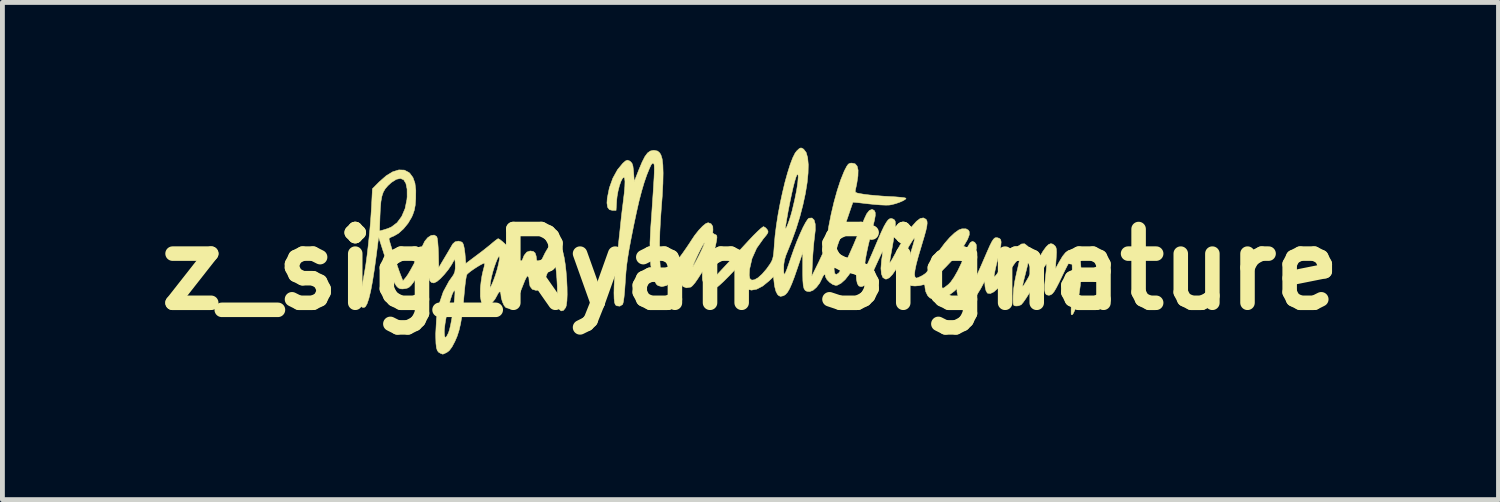
<source format=kicad_pcb>
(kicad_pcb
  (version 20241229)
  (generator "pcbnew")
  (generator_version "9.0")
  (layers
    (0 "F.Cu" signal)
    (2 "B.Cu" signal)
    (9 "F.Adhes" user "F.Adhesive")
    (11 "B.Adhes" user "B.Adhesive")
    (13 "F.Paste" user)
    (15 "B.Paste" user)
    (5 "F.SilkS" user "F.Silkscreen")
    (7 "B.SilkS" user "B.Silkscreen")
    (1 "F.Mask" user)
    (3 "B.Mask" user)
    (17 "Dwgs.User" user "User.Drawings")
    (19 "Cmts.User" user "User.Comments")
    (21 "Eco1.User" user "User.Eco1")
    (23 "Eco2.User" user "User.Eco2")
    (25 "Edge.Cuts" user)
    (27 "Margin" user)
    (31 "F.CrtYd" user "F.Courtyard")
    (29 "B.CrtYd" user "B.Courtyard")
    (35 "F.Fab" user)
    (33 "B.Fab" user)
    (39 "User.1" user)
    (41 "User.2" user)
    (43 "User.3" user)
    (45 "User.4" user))
  (footprint "z_sig_Ryan Signature"
    (layer "F.Cu")
    (at 12.453 2.516)
    (property "Reference" "z_sig_Ryan Signature" (at 0 0 0) (layer "F.SilkS") (effects (font (size 1.524 1.524) (thickness 0.3))))
    (attr through_hole)
    (fp_poly (pts (xy -7.15 -2.052) (xy -7.054 -2.002) (xy -7.036 -1.985) (xy -6.972 -1.898) (xy -6.931 -1.783) (xy -6.913 -1.635) (xy -6.915 -1.46) (xy -6.925 -1.327) (xy -6.944 -1.224) (xy -6.976 -1.131) (xy -6.998 -1.081) (xy -7.073 -0.954) (xy -7.167 -0.839) (xy -7.269 -0.747) (xy -7.369 -0.689) (xy -7.379 -0.686) (xy -7.437 -0.661) (xy -7.467 -0.638) (xy -7.468 -0.635) (xy -7.46 -0.6) (xy -7.439 -0.527) (xy -7.409 -0.428) (xy -7.373 -0.312) (xy -7.333 -0.191) (xy -7.295 -0.075) (xy -7.26 0.026) (xy -7.233 0.099) (xy -7.179 0.237) (xy -7.114 0.159) (xy -7.073 0.1) (xy -7.019 0.008) (xy -6.957 -0.105) (xy -6.894 -0.226) (xy -6.837 -0.342) (xy -6.793 -0.441) (xy -6.778 -0.48) (xy -6.729 -0.581) (xy -6.666 -0.657) (xy -6.598 -0.701) (xy -6.533 -0.71) (xy -6.481 -0.678) (xy -6.469 -0.64) (xy -6.459 -0.562) (xy -6.451 -0.454) (xy -6.446 -0.341) (xy -6.439 -0.038) (xy -6.312 -0.251) (xy -6.253 -0.35) (xy -6.201 -0.439) (xy -6.163 -0.504) (xy -6.152 -0.524) (xy -6.102 -0.57) (xy -6.032 -0.585) (xy -5.966 -0.566) (xy -5.944 -0.546) (xy -5.926 -0.503) (xy -5.91 -0.426) (xy -5.897 -0.329) (xy -5.896 -0.315) (xy -5.88 -0.122) (xy -5.652 -0.293) (xy -5.547 -0.372) (xy -5.448 -0.45) (xy -5.366 -0.516) (xy -5.328 -0.549) (xy -5.268 -0.598) (xy -5.223 -0.63) (xy -5.209 -0.635) (xy -5.179 -0.619) (xy -5.126 -0.577) (xy -5.082 -0.538) (xy -4.978 -0.442) (xy -4.977 0.014) (xy -4.975 0.178) (xy -4.971 0.302) (xy -4.966 0.385) (xy -4.958 0.421) (xy -4.953 0.419) (xy -4.913 0.326) (xy -4.867 0.213) (xy -4.82 0.094) (xy -4.776 -0.019) (xy -4.741 -0.113) (xy -4.72 -0.174) (xy -4.72 -0.176) (xy -4.675 -0.29) (xy -4.62 -0.358) (xy -4.552 -0.381) (xy -4.547 -0.381) (xy -4.487 -0.372) (xy -4.449 -0.34) (xy -4.427 -0.276) (xy -4.415 -0.171) (xy -4.414 -0.151) (xy -4.408 -0.066) (xy -4.4 -0.026) (xy -4.388 -0.03) (xy -4.384 -0.038) (xy -4.306 -0.21) (xy -4.243 -0.339) (xy -4.19 -0.43) (xy -4.143 -0.487) (xy -4.099 -0.517) (xy -4.054 -0.522) (xy -4.005 -0.51) (xy -3.94 -0.469) (xy -3.902 -0.427) (xy -3.874 -0.359) (xy -3.849 -0.251) (xy -3.827 -0.114) (xy -3.809 0.042) (xy -3.796 0.206) (xy -3.788 0.369) (xy -3.786 0.521) (xy -3.791 0.649) (xy -3.804 0.746) (xy -3.817 0.787) (xy -3.862 0.845) (xy -3.91 0.857) (xy -3.951 0.824) (xy -3.962 0.8) (xy -3.973 0.747) (xy -3.982 0.657) (xy -3.987 0.546) (xy -3.988 0.47) (xy -3.991 0.333) (xy -3.999 0.186) (xy -4.011 0.043) (xy -4.026 -0.084) (xy -4.042 -0.182) (xy -4.054 -0.229) (xy -4.068 -0.222) (xy -4.095 -0.175) (xy -4.13 -0.095) (xy -4.168 0) (xy -4.226 0.154) (xy -4.271 0.266) (xy -4.307 0.343) (xy -4.338 0.392) (xy -4.368 0.419) (xy -4.401 0.43) (xy -4.432 0.432) (xy -4.506 0.41) (xy -4.554 0.347) (xy -4.572 0.245) (xy -4.572 0.234) (xy -4.579 0.158) (xy -4.596 0.132) (xy -4.623 0.154) (xy -4.659 0.225) (xy -4.683 0.285) (xy -4.759 0.476) (xy -4.825 0.62) (xy -4.886 0.721) (xy -4.941 0.781) (xy -4.994 0.803) (xy -5.048 0.791) (xy -5.048 0.791) (xy -5.087 0.748) (xy -5.122 0.674) (xy -5.148 0.586) (xy -5.156 0.511) (xy -5.165 0.465) (xy -5.188 0.464) (xy -5.219 0.505) (xy -5.233 0.534) (xy -5.279 0.617) (xy -5.341 0.691) (xy -5.406 0.744) (xy -5.458 0.762) (xy -5.519 0.739) (xy -5.56 0.67) (xy -5.58 0.557) (xy -5.579 0.4) (xy -5.578 0.378) (xy -5.574 0.342) (xy -5.38 0.342) (xy -5.379 0.374) (xy -5.365 0.359) (xy -5.337 0.299) (xy -5.308 0.229) (xy -5.267 0.116) (xy -5.23 -0.006) (xy -5.202 -0.12) (xy -5.185 -0.211) (xy -5.183 -0.241) (xy -5.19 -0.27) (xy -5.207 -0.257) (xy -5.231 -0.211) (xy -5.26 -0.139) (xy -5.292 -0.05) (xy -5.322 0.048) (xy -5.348 0.149) (xy -5.367 0.243) (xy -5.371 0.267) (xy -5.38 0.342) (xy -5.574 0.342) (xy -5.565 0.257) (xy -5.547 0.137) (xy -5.526 0.04) (xy -5.522 0.026) (xy -5.502 -0.052) (xy -5.491 -0.11) (xy -5.491 -0.129) (xy -5.514 -0.126) (xy -5.565 -0.101) (xy -5.635 -0.06) (xy -5.711 -0.011) (xy -5.782 0.039) (xy -5.836 0.083) (xy -5.857 0.104) (xy -5.869 0.141) (xy -5.882 0.219) (xy -5.896 0.327) (xy -5.909 0.457) (xy -5.915 0.521) (xy -5.937 0.761) (xy -5.96 0.958) (xy -5.988 1.121) (xy -6.02 1.259) (xy -6.059 1.38) (xy -6.105 1.487) (xy -6.165 1.6) (xy -6.219 1.673) (xy -6.27 1.713) (xy -6.324 1.739) (xy -6.354 1.751) (xy -6.355 1.751) (xy -6.382 1.741) (xy -6.401 1.734) (xy -6.441 1.711) (xy -6.469 1.675) (xy -6.487 1.616) (xy -6.497 1.527) (xy -6.501 1.399) (xy -6.502 1.328) (xy -6.5 1.295) (xy -6.325 1.295) (xy -6.319 1.376) (xy -6.304 1.407) (xy -6.278 1.388) (xy -6.242 1.319) (xy -6.235 1.301) (xy -6.215 1.24) (xy -6.194 1.147) (xy -6.172 1.033) (xy -6.152 0.907) (xy -6.133 0.778) (xy -6.118 0.658) (xy -6.108 0.554) (xy -6.104 0.477) (xy -6.108 0.436) (xy -6.112 0.432) (xy -6.135 0.455) (xy -6.164 0.52) (xy -6.196 0.615) (xy -6.228 0.733) (xy -6.26 0.863) (xy -6.287 0.995) (xy -6.309 1.122) (xy -6.322 1.232) (xy -6.325 1.295) (xy -6.5 1.295) (xy -6.485 1.008) (xy -6.433 0.719) (xy -6.346 0.463) (xy -6.226 0.242) (xy -6.187 0.188) (xy -6.135 0.114) (xy -6.108 0.053) (xy -6.098 -0.02) (xy -6.098 -0.086) (xy -6.101 -0.16) (xy -6.108 -0.202) (xy -6.117 -0.203) (xy -6.172 -0.102) (xy -6.243 0.004) (xy -6.324 0.103) (xy -6.405 0.189) (xy -6.478 0.25) (xy -6.536 0.278) (xy -6.545 0.279) (xy -6.592 0.268) (xy -6.625 0.229) (xy -6.645 0.157) (xy -6.654 0.044) (xy -6.655 -0.043) (xy -6.656 -0.267) (xy -6.702 -0.164) (xy -6.737 -0.098) (xy -6.79 -0.005) (xy -6.854 0.101) (xy -6.891 0.158) (xy -6.958 0.26) (xy -7.008 0.326) (xy -7.048 0.365) (xy -7.088 0.386) (xy -7.125 0.395) (xy -7.183 0.403) (xy -7.231 0.4) (xy -7.274 0.381) (xy -7.314 0.341) (xy -7.354 0.276) (xy -7.397 0.181) (xy -7.446 0.052) (xy -7.504 -0.117) (xy -7.572 -0.328) (xy -7.681 -0.669) (xy -7.726 -0.315) (xy -7.767 -0.012) (xy -7.807 0.242) (xy -7.845 0.446) (xy -7.883 0.602) (xy -7.92 0.71) (xy -7.956 0.772) (xy -7.986 0.787) (xy -8.021 0.781) (xy -8.045 0.759) (xy -8.059 0.717) (xy -8.062 0.649) (xy -8.054 0.55) (xy -8.035 0.415) (xy -8.005 0.24) (xy -7.973 0.064) (xy -7.946 -0.096) (xy -7.919 -0.294) (xy -7.893 -0.517) (xy -7.869 -0.752) (xy -7.865 -0.794) (xy -7.663 -0.794) (xy -7.572 -0.819) (xy -7.491 -0.845) (xy -7.42 -0.875) (xy -7.417 -0.877) (xy -7.299 -0.966) (xy -7.204 -1.095) (xy -7.135 -1.256) (xy -7.097 -1.442) (xy -7.092 -1.499) (xy -7.093 -1.66) (xy -7.118 -1.778) (xy -7.164 -1.852) (xy -7.23 -1.88) (xy -7.315 -1.862) (xy -7.417 -1.797) (xy -7.487 -1.733) (xy -7.543 -1.669) (xy -7.585 -1.598) (xy -7.614 -1.511) (xy -7.634 -1.399) (xy -7.646 -1.254) (xy -7.653 -1.102) (xy -7.663 -0.794) (xy -7.865 -0.794) (xy -7.848 -0.987) (xy -7.833 -1.209) (xy -7.827 -1.31) (xy -7.809 -1.667) (xy -7.669 -1.808) (xy -7.526 -1.934) (xy -7.39 -2.017) (xy -7.263 -2.056) (xy -7.15 -2.052)) (stroke (width 0.01) (type solid)) (fill yes) (layer "F.SilkS"))
    (fp_poly (pts (xy 1.08 -2.497) (xy 1.101 -2.482) (xy 1.151 -2.416) (xy 1.182 -2.308) (xy 1.195 -2.165) (xy 1.191 -1.99) (xy 1.171 -1.789) (xy 1.135 -1.568) (xy 1.084 -1.332) (xy 1.02 -1.086) (xy 0.942 -0.835) (xy 0.852 -0.586) (xy 0.779 -0.405) (xy 0.73 -0.284) (xy 0.702 -0.189) (xy 0.689 -0.101) (xy 0.687 -0.024) (xy 0.688 0.049) (xy 0.693 0.091) (xy 0.704 0.1) (xy 0.722 0.072) (xy 0.75 0.005) (xy 0.789 -0.105) (xy 0.841 -0.257) (xy 0.901 -0.427) (xy 0.964 -0.591) (xy 1.028 -0.741) (xy 1.087 -0.87) (xy 1.141 -0.971) (xy 1.184 -1.036) (xy 1.208 -1.058) (xy 1.271 -1.063) (xy 1.315 -1.022) (xy 1.338 -0.939) (xy 1.34 -0.813) (xy 1.323 -0.665) (xy 1.312 -0.57) (xy 1.3 -0.442) (xy 1.289 -0.299) (xy 1.282 -0.178) (xy 1.267 0.14) (xy 1.411 -0.152) (xy 1.481 -0.303) (xy 1.53 -0.424) (xy 1.56 -0.528) (xy 1.577 -0.622) (xy 1.615 -0.875) (xy 1.666 -1.135) (xy 1.726 -1.39) (xy 1.793 -1.631) (xy 1.863 -1.845) (xy 1.934 -2.021) (xy 1.948 -2.051) (xy 1.99 -2.131) (xy 2.023 -2.176) (xy 2.059 -2.194) (xy 2.095 -2.197) (xy 2.162 -2.182) (xy 2.204 -2.134) (xy 2.224 -2.051) (xy 2.221 -1.93) (xy 2.196 -1.768) (xy 2.17 -1.648) (xy 2.164 -1.615) (xy 2.173 -1.593) (xy 2.205 -1.578) (xy 2.27 -1.565) (xy 2.354 -1.551) (xy 2.461 -1.538) (xy 2.6 -1.525) (xy 2.751 -1.513) (xy 2.877 -1.506) (xy 3.001 -1.499) (xy 3.104 -1.49) (xy 3.179 -1.481) (xy 3.213 -1.472) (xy 3.215 -1.471) (xy 3.202 -1.449) (xy 3.153 -1.419) (xy 3.08 -1.387) (xy 2.995 -1.358) (xy 2.912 -1.337) (xy 2.87 -1.33) (xy 2.8 -1.328) (xy 2.694 -1.332) (xy 2.567 -1.342) (xy 2.438 -1.355) (xy 2.318 -1.369) (xy 2.218 -1.38) (xy 2.148 -1.387) (xy 2.118 -1.389) (xy 2.118 -1.389) (xy 2.109 -1.364) (xy 2.087 -1.301) (xy 2.055 -1.208) (xy 2.016 -1.093) (xy 2.007 -1.067) (xy 1.959 -0.928) (xy 1.908 -0.789) (xy 1.862 -0.665) (xy 1.827 -0.577) (xy 1.791 -0.472) (xy 1.762 -0.348) (xy 1.741 -0.218) (xy 1.729 -0.095) (xy 1.729 0.009) (xy 1.741 0.079) (xy 1.745 0.088) (xy 1.776 0.105) (xy 1.821 0.076) (xy 1.878 0.001) (xy 1.948 -0.119) (xy 2.029 -0.282) (xy 2.12 -0.486) (xy 2.126 -0.499) (xy 2.187 -0.645) (xy 2.245 -0.783) (xy 2.295 -0.902) (xy 2.333 -0.994) (xy 2.351 -1.041) (xy 2.402 -1.149) (xy 2.456 -1.217) (xy 2.508 -1.239) (xy 2.526 -1.236) (xy 2.561 -1.214) (xy 2.578 -1.175) (xy 2.579 -1.112) (xy 2.562 -1.016) (xy 2.532 -0.895) (xy 2.476 -0.675) (xy 2.43 -0.481) (xy 2.395 -0.318) (xy 2.373 -0.192) (xy 2.363 -0.108) (xy 2.363 -0.097) (xy 2.364 -0.013) (xy 2.404 -0.085) (xy 2.429 -0.138) (xy 2.468 -0.225) (xy 2.515 -0.332) (xy 2.556 -0.428) (xy 2.639 -0.624) (xy 2.706 -0.777) (xy 2.761 -0.892) (xy 2.807 -0.972) (xy 2.845 -1.023) (xy 2.88 -1.048) (xy 2.914 -1.052) (xy 2.949 -1.04) (xy 2.953 -1.038) (xy 2.979 -1.019) (xy 2.992 -0.988) (xy 2.994 -0.934) (xy 2.987 -0.844) (xy 2.986 -0.834) (xy 2.973 -0.728) (xy 2.953 -0.595) (xy 2.929 -0.457) (xy 2.919 -0.401) (xy 2.899 -0.294) (xy 2.884 -0.207) (xy 2.877 -0.151) (xy 2.877 -0.137) (xy 2.892 -0.153) (xy 2.925 -0.205) (xy 2.968 -0.282) (xy 2.984 -0.312) (xy 3.118 -0.552) (xy 3.237 -0.746) (xy 3.341 -0.893) (xy 3.43 -0.994) (xy 3.507 -1.052) (xy 3.572 -1.065) (xy 3.625 -1.037) (xy 3.632 -1.029) (xy 3.647 -1) (xy 3.651 -0.956) (xy 3.644 -0.892) (xy 3.624 -0.8) (xy 3.589 -0.674) (xy 3.539 -0.507) (xy 3.532 -0.483) (xy 3.47 -0.275) (xy 3.426 -0.112) (xy 3.4 0.012) (xy 3.39 0.098) (xy 3.398 0.152) (xy 3.421 0.176) (xy 3.435 0.178) (xy 3.471 0.166) (xy 3.532 0.137) (xy 3.561 0.121) (xy 3.62 0.08) (xy 3.669 0.025) (xy 3.717 -0.058) (xy 3.746 -0.118) (xy 3.822 -0.263) (xy 3.913 -0.406) (xy 4.014 -0.541) (xy 4.117 -0.659) (xy 4.217 -0.753) (xy 4.305 -0.816) (xy 4.369 -0.839) (xy 4.453 -0.839) (xy 4.503 -0.811) (xy 4.52 -0.781) (xy 4.521 -0.714) (xy 4.485 -0.619) (xy 4.416 -0.501) (xy 4.317 -0.365) (xy 4.191 -0.215) (xy 4.04 -0.056) (xy 3.995 -0.011) (xy 3.919 0.068) (xy 3.856 0.143) (xy 3.817 0.201) (xy 3.811 0.213) (xy 3.787 0.31) (xy 3.793 0.388) (xy 3.818 0.428) (xy 3.864 0.436) (xy 3.933 0.415) (xy 4.014 0.37) (xy 4.092 0.309) (xy 4.14 0.258) (xy 4.207 0.162) (xy 4.281 0.032) (xy 4.354 -0.12) (xy 4.42 -0.277) (xy 4.454 -0.37) (xy 4.5 -0.487) (xy 4.543 -0.556) (xy 4.586 -0.58) (xy 4.632 -0.561) (xy 4.633 -0.561) (xy 4.665 -0.512) (xy 4.669 -0.438) (xy 4.645 -0.334) (xy 4.596 -0.2) (xy 4.544 -0.058) (xy 4.499 0.095) (xy 4.465 0.242) (xy 4.447 0.367) (xy 4.445 0.41) (xy 4.451 0.464) (xy 4.469 0.479) (xy 4.5 0.453) (xy 4.544 0.385) (xy 4.603 0.274) (xy 4.678 0.119) (xy 4.768 -0.083) (xy 4.827 -0.219) (xy 4.895 -0.376) (xy 4.946 -0.491) (xy 4.986 -0.571) (xy 5.018 -0.621) (xy 5.045 -0.648) (xy 5.072 -0.657) (xy 5.102 -0.654) (xy 5.114 -0.651) (xy 5.15 -0.637) (xy 5.171 -0.611) (xy 5.179 -0.566) (xy 5.173 -0.495) (xy 5.153 -0.392) (xy 5.118 -0.25) (xy 5.104 -0.194) (xy 5.075 -0.074) (xy 5.052 0.03) (xy 5.037 0.107) (xy 5.034 0.147) (xy 5.034 0.147) (xy 5.05 0.145) (xy 5.085 0.105) (xy 5.135 0.033) (xy 5.174 -0.027) (xy 5.249 -0.142) (xy 5.334 -0.26) (xy 5.413 -0.361) (xy 5.436 -0.387) (xy 5.528 -0.479) (xy 5.601 -0.526) (xy 5.662 -0.53) (xy 5.714 -0.492) (xy 5.731 -0.469) (xy 5.754 -0.409) (xy 5.76 -0.325) (xy 5.748 -0.209) (xy 5.718 -0.057) (xy 5.677 0.105) (xy 5.651 0.206) (xy 5.632 0.288) (xy 5.623 0.338) (xy 5.624 0.349) (xy 5.638 0.339) (xy 5.668 0.293) (xy 5.717 0.211) (xy 5.785 0.089) (xy 5.874 -0.076) (xy 5.881 -0.089) (xy 5.973 -0.256) (xy 6.047 -0.381) (xy 6.109 -0.466) (xy 6.16 -0.515) (xy 6.206 -0.533) (xy 6.248 -0.522) (xy 6.288 -0.49) (xy 6.309 -0.461) (xy 6.32 -0.419) (xy 6.323 -0.352) (xy 6.317 -0.248) (xy 6.316 -0.23) (xy 6.301 -0.013) (xy 6.377 -0.152) (xy 6.448 -0.271) (xy 6.51 -0.348) (xy 6.57 -0.391) (xy 6.634 -0.406) (xy 6.646 -0.406) (xy 6.713 -0.396) (xy 6.762 -0.359) (xy 6.796 -0.291) (xy 6.817 -0.184) (xy 6.828 -0.034) (xy 6.828 -0.024) (xy 6.828 0.149) (xy 6.814 0.333) (xy 6.789 0.514) (xy 6.755 0.678) (xy 6.715 0.809) (xy 6.705 0.832) (xy 6.673 0.902) (xy 6.652 0.934) (xy 6.635 0.936) (xy 6.627 0.929) (xy 6.625 0.902) (xy 6.625 0.831) (xy 6.627 0.726) (xy 6.63 0.592) (xy 6.636 0.439) (xy 6.637 0.396) (xy 6.645 0.189) (xy 6.648 0.03) (xy 6.646 -0.082) (xy 6.637 -0.149) (xy 6.62 -0.173) (xy 6.594 -0.156) (xy 6.557 -0.1) (xy 6.509 -0.006) (xy 6.45 0.114) (xy 6.378 0.265) (xy 6.322 0.374) (xy 6.278 0.45) (xy 6.241 0.498) (xy 6.207 0.523) (xy 6.173 0.533) (xy 6.156 0.533) (xy 6.115 0.523) (xy 6.089 0.489) (xy 6.078 0.424) (xy 6.079 0.323) (xy 6.093 0.179) (xy 6.096 0.151) (xy 6.108 0.043) (xy 6.116 -0.045) (xy 6.118 -0.101) (xy 6.116 -0.115) (xy 6.101 -0.099) (xy 6.067 -0.047) (xy 6.022 0.031) (xy 5.995 0.083) (xy 5.917 0.225) (xy 5.837 0.364) (xy 5.76 0.492) (xy 5.691 0.6) (xy 5.634 0.681) (xy 5.595 0.726) (xy 5.593 0.729) (xy 5.534 0.752) (xy 5.486 0.755) (xy 5.455 0.75) (xy 5.436 0.735) (xy 5.428 0.698) (xy 5.426 0.631) (xy 5.427 0.546) (xy 5.437 0.405) (xy 5.462 0.24) (xy 5.497 0.076) (xy 5.524 -0.036) (xy 5.545 -0.132) (xy 5.559 -0.199) (xy 5.563 -0.224) (xy 5.55 -0.231) (xy 5.515 -0.198) (xy 5.462 -0.129) (xy 5.392 -0.029) (xy 5.356 0.025) (xy 5.291 0.127) (xy 5.219 0.237) (xy 5.18 0.298) (xy 5.104 0.396) (xy 5.027 0.464) (xy 4.957 0.498) (xy 4.9 0.491) (xy 4.893 0.485) (xy 4.867 0.441) (xy 4.849 0.37) (xy 4.846 0.347) (xy 4.839 0.241) (xy 4.757 0.397) (xy 4.675 0.529) (xy 4.59 0.622) (xy 4.506 0.675) (xy 4.426 0.685) (xy 4.356 0.651) (xy 4.318 0.603) (xy 4.284 0.532) (xy 4.268 0.466) (xy 4.267 0.459) (xy 4.267 0.398) (xy 4.21 0.45) (xy 4.079 0.548) (xy 3.945 0.599) (xy 3.843 0.61) (xy 3.762 0.606) (xy 3.711 0.59) (xy 3.673 0.555) (xy 3.659 0.536) (xy 3.623 0.461) (xy 3.607 0.383) (xy 3.607 0.382) (xy 3.603 0.328) (xy 3.584 0.313) (xy 3.55 0.321) (xy 3.486 0.335) (xy 3.405 0.342) (xy 3.392 0.342) (xy 3.32 0.336) (xy 3.279 0.31) (xy 3.259 0.279) (xy 3.229 0.171) (xy 3.23 0.025) (xy 3.261 -0.159) (xy 3.315 -0.357) (xy 3.349 -0.469) (xy 3.376 -0.563) (xy 3.391 -0.627) (xy 3.394 -0.653) (xy 3.376 -0.638) (xy 3.338 -0.583) (xy 3.283 -0.493) (xy 3.213 -0.373) (xy 3.133 -0.227) (xy 3.092 -0.152) (xy 3.006 -0.001) (xy 2.933 0.105) (xy 2.871 0.17) (xy 2.816 0.198) (xy 2.787 0.199) (xy 2.736 0.167) (xy 2.706 0.092) (xy 2.696 -0.023) (xy 2.708 -0.174) (xy 2.709 -0.185) (xy 2.722 -0.275) (xy 2.729 -0.342) (xy 2.731 -0.374) (xy 2.731 -0.375) (xy 2.719 -0.355) (xy 2.691 -0.297) (xy 2.65 -0.209) (xy 2.599 -0.098) (xy 2.577 -0.049) (xy 2.506 0.104) (xy 2.447 0.215) (xy 2.397 0.29) (xy 2.351 0.334) (xy 2.305 0.353) (xy 2.281 0.356) (xy 2.238 0.34) (xy 2.208 0.291) (xy 2.19 0.203) (xy 2.183 0.071) (xy 2.182 0.046) (xy 2.18 -0.165) (xy 2.105 -0.008) (xy 2.036 0.109) (xy 1.956 0.21) (xy 1.872 0.285) (xy 1.794 0.326) (xy 1.763 0.33) (xy 1.703 0.312) (xy 1.637 0.267) (xy 1.581 0.209) (xy 1.551 0.154) (xy 1.549 0.142) (xy 1.541 0.105) (xy 1.519 0.111) (xy 1.491 0.155) (xy 1.479 0.184) (xy 1.43 0.283) (xy 1.364 0.369) (xy 1.293 0.431) (xy 1.226 0.457) (xy 1.22 0.457) (xy 1.169 0.453) (xy 1.132 0.434) (xy 1.107 0.395) (xy 1.091 0.329) (xy 1.083 0.228) (xy 1.08 0.087) (xy 1.08 0.011) (xy 1.081 -0.352) (xy 0.972 -0.03) (xy 0.908 0.155) (xy 0.854 0.296) (xy 0.808 0.399) (xy 0.766 0.471) (xy 0.725 0.517) (xy 0.684 0.543) (xy 0.677 0.545) (xy 0.619 0.557) (xy 0.578 0.536) (xy 0.557 0.512) (xy 0.526 0.451) (xy 0.502 0.358) (xy 0.493 0.302) (xy 0.476 0.149) (xy 0.384 0.237) (xy 0.254 0.343) (xy 0.132 0.407) (xy 0.022 0.428) (xy -0.074 0.406) (xy -0.137 0.354) (xy -0.172 0.307) (xy -0.192 0.257) (xy -0.201 0.189) (xy -0.204 0.087) (xy -0.204 0.081) (xy -0.206 -0.114) (xy -0.44 0.133) (xy -0.556 0.249) (xy -0.654 0.338) (xy -0.729 0.394) (xy -0.76 0.41) (xy -0.818 0.426) (xy -0.857 0.418) (xy -0.9 0.38) (xy -0.919 0.359) (xy -0.968 0.29) (xy -0.988 0.214) (xy -0.991 0.161) (xy -0.991 0.043) (xy -1.089 0.195) (xy -1.144 0.274) (xy -1.195 0.334) (xy -1.23 0.364) (xy -1.231 0.364) (xy -1.323 0.38) (xy -1.393 0.353) (xy -1.435 0.287) (xy -1.445 0.187) (xy -1.443 0.167) (xy -1.441 0.108) (xy -1.448 0.077) (xy -1.451 0.076) (xy -1.476 0.094) (xy -1.519 0.141) (xy -1.55 0.179) (xy -1.643 0.275) (xy -1.739 0.334) (xy -1.83 0.355) (xy -1.908 0.334) (xy -1.941 0.307) (xy -1.993 0.219) (xy -2.032 0.086) (xy -2.059 -0.09) (xy -2.074 -0.305) (xy -2.075 -0.554) (xy -2.062 -0.835) (xy -2.06 -0.864) (xy -2.039 -1.155) (xy -2.023 -1.399) (xy -2.009 -1.601) (xy -1.999 -1.765) (xy -1.991 -1.895) (xy -1.987 -1.994) (xy -1.985 -2.068) (xy -1.986 -2.12) (xy -1.988 -2.155) (xy -1.993 -2.176) (xy -2 -2.188) (xy -2.001 -2.189) (xy -2.024 -2.195) (xy -2.051 -2.162) (xy -2.084 -2.093) (xy -2.142 -1.95) (xy -2.196 -1.793) (xy -2.248 -1.617) (xy -2.301 -1.414) (xy -2.355 -1.176) (xy -2.414 -0.897) (xy -2.425 -0.841) (xy -2.471 -0.609) (xy -2.507 -0.415) (xy -2.534 -0.249) (xy -2.555 -0.101) (xy -2.57 0.04) (xy -2.581 0.185) (xy -2.586 0.263) (xy -2.598 0.435) (xy -2.611 0.572) (xy -2.625 0.668) (xy -2.639 0.72) (xy -2.642 0.724) (xy -2.699 0.759) (xy -2.762 0.751) (xy -2.789 0.732) (xy -2.806 0.688) (xy -2.816 0.603) (xy -2.819 0.485) (xy -2.816 0.343) (xy -2.806 0.187) (xy -2.79 0.024) (xy -2.783 -0.038) (xy -2.766 -0.166) (xy -2.748 -0.327) (xy -2.728 -0.503) (xy -2.71 -0.677) (xy -2.703 -0.737) (xy -2.686 -0.902) (xy -2.668 -1.074) (xy -2.649 -1.234) (xy -2.632 -1.368) (xy -2.627 -1.41) (xy -2.607 -1.575) (xy -2.595 -1.713) (xy -2.592 -1.818) (xy -2.599 -1.884) (xy -2.613 -1.905) (xy -2.643 -1.882) (xy -2.675 -1.819) (xy -2.707 -1.728) (xy -2.735 -1.619) (xy -2.755 -1.505) (xy -2.763 -1.429) (xy -2.776 -1.219) (xy -2.847 -1.219) (xy -2.913 -1.235) (xy -2.951 -1.285) (xy -2.964 -1.373) (xy -2.958 -1.468) (xy -2.915 -1.683) (xy -2.843 -1.884) (xy -2.746 -2.06) (xy -2.638 -2.191) (xy -2.581 -2.241) (xy -2.542 -2.257) (xy -2.501 -2.243) (xy -2.475 -2.225) (xy -2.447 -2.192) (xy -2.428 -2.138) (xy -2.417 -2.049) (xy -2.413 -2.002) (xy -2.4 -1.816) (xy -2.303 -2.064) (xy -2.237 -2.22) (xy -2.18 -2.332) (xy -2.125 -2.406) (xy -2.069 -2.446) (xy -2.007 -2.46) (xy -1.984 -2.459) (xy -1.917 -2.445) (xy -1.873 -2.406) (xy -1.848 -2.362) (xy -1.824 -2.283) (xy -1.809 -2.159) (xy -1.804 -1.991) (xy -1.808 -1.777) (xy -1.822 -1.515) (xy -1.842 -1.257) (xy -1.859 -1.011) (xy -1.871 -0.776) (xy -1.877 -0.556) (xy -1.877 -0.357) (xy -1.872 -0.184) (xy -1.862 -0.041) (xy -1.847 0.066) (xy -1.826 0.132) (xy -1.803 0.152) (xy -1.775 0.133) (xy -1.724 0.079) (xy -1.655 -0.003) (xy -1.614 -0.054) (xy -1.193 -0.054) (xy -1.181 -0.069) (xy -1.152 -0.12) (xy -1.109 -0.2) (xy -1.064 -0.288) (xy -1.014 -0.39) (xy -0.976 -0.474) (xy -0.953 -0.532) (xy -0.95 -0.552) (xy -0.964 -0.536) (xy -0.994 -0.484) (xy -1.034 -0.408) (xy -1.078 -0.319) (xy -1.121 -0.228) (xy -1.158 -0.146) (xy -1.184 -0.084) (xy -1.193 -0.054) (xy -1.614 -0.054) (xy -1.574 -0.103) (xy -1.487 -0.217) (xy -1.4 -0.335) (xy -1.319 -0.451) (xy -1.248 -0.557) (xy -1.231 -0.584) (xy -1.151 -0.704) (xy -1.067 -0.81) (xy -0.988 -0.893) (xy -0.92 -0.948) (xy -0.874 -0.965) (xy -0.814 -0.943) (xy -0.778 -0.888) (xy -0.774 -0.812) (xy -0.776 -0.803) (xy -0.778 -0.752) (xy -0.743 -0.726) (xy -0.736 -0.724) (xy -0.71 -0.713) (xy -0.695 -0.693) (xy -0.692 -0.657) (xy -0.7 -0.596) (xy -0.719 -0.502) (xy -0.747 -0.381) (xy -0.767 -0.271) (xy -0.781 -0.139) (xy -0.787 -0.01) (xy -0.787 -0.002) (xy -0.787 0.212) (xy -0.551 -0.04) (xy -0.443 -0.156) (xy -0.316 -0.293) (xy -0.184 -0.436) (xy -0.061 -0.569) (xy -0.04 -0.592) (xy 0.061 -0.699) (xy 0.149 -0.786) (xy 0.218 -0.849) (xy 0.262 -0.881) (xy 0.273 -0.884) (xy 0.316 -0.858) (xy 0.347 -0.822) (xy 0.363 -0.791) (xy 0.361 -0.76) (xy 0.335 -0.717) (xy 0.282 -0.652) (xy 0.265 -0.632) (xy 0.128 -0.439) (xy 0.033 -0.226) (xy -0.018 -0.004) (xy -0.025 0.119) (xy -0.012 0.189) (xy 0.026 0.221) (xy 0.083 0.214) (xy 0.156 0.173) (xy 0.24 0.098) (xy 0.331 -0.007) (xy 0.399 -0.102) (xy 0.433 -0.157) (xy 0.456 -0.209) (xy 0.471 -0.272) (xy 0.482 -0.357) (xy 0.491 -0.479) (xy 0.492 -0.501) (xy 0.509 -0.698) (xy 0.527 -0.841) (xy 0.721 -0.841) (xy 0.732 -0.846) (xy 0.752 -0.885) (xy 0.778 -0.949) (xy 0.807 -1.03) (xy 0.836 -1.122) (xy 0.862 -1.215) (xy 0.862 -1.216) (xy 0.915 -1.441) (xy 0.954 -1.634) (xy 0.978 -1.791) (xy 0.987 -1.906) (xy 0.986 -1.936) (xy 0.978 -1.969) (xy 0.962 -1.957) (xy 0.94 -1.904) (xy 0.913 -1.816) (xy 0.882 -1.696) (xy 0.849 -1.55) (xy 0.814 -1.383) (xy 0.778 -1.198) (xy 0.744 -1.002) (xy 0.723 -0.876) (xy 0.721 -0.841) (xy 0.527 -0.841) (xy 0.536 -0.913) (xy 0.571 -1.137) (xy 0.614 -1.365) (xy 0.662 -1.588) (xy 0.713 -1.801) (xy 0.767 -1.995) (xy 0.821 -2.166) (xy 0.873 -2.304) (xy 0.923 -2.404) (xy 0.956 -2.447) (xy 1.008 -2.496) (xy 1.044 -2.511) (xy 1.08 -2.497)) (stroke (width 0.01) (type solid)) (fill yes) (layer "F.SilkS")))
  (gr_rect
    (start -3 -3)
    (end 27.907 7.272)
    (stroke (width 0.1) (type default))
    (fill no)
    (layer "Edge.Cuts")))
</source>
